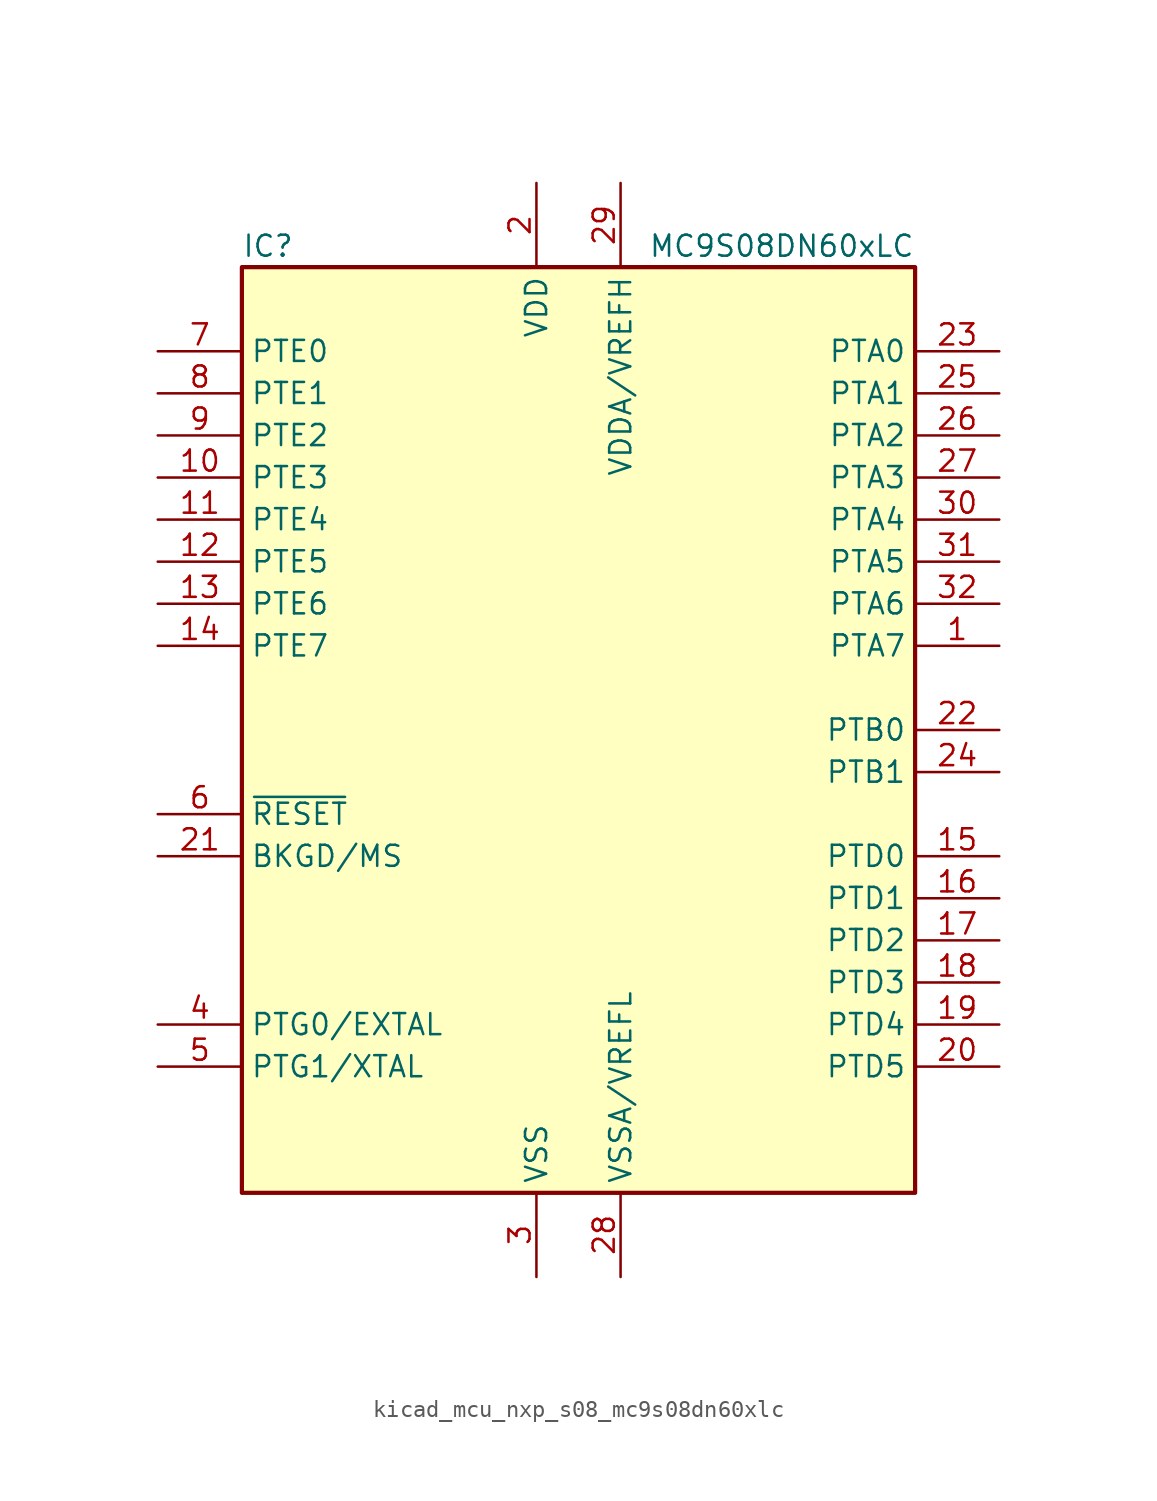
<source format=kicad_sym>
(kicad_symbol_lib
  (version 20220914)
  (generator kicad_symbol_editor)
  (symbol "kicad_mcu_nxp_s08_mc9s08dn60xlc"
    (property "Reference" "IC"
      (at -20.32 29.21 0)
      (effects (font (size 1.27 1.27)) (justify left)))
    (property "Value" "MC9S08DN60xLC"
      (at 20.32 29.21 0)
      (effects (font (size 1.27 1.27)) (justify right)))
    (symbol "kicad_mcu_nxp_s08_mc9s08dn60xlc_0_1"
      (rectangle (start -20.32 27.94) (end 20.32 -27.94) (stroke (width 0.254) (type default)) (fill (type background))))
    (symbol "kicad_mcu_nxp_s08_mc9s08dn60xlc_1_1"
      (pin bidirectional line (at 25.4 5.08 180) (length 5.08) (name "PTA7" (effects (font (size 1.27 1.27)))) (number "1" (effects (font (size 1.27 1.27)))))
      (pin bidirectional line (at -25.4 15.24 0) (length 5.08) (name "PTE3" (effects (font (size 1.27 1.27)))) (number "10" (effects (font (size 1.27 1.27)))))
      (pin bidirectional line (at -25.4 12.7 0) (length 5.08) (name "PTE4" (effects (font (size 1.27 1.27)))) (number "11" (effects (font (size 1.27 1.27)))))
      (pin bidirectional line (at -25.4 10.16 0) (length 5.08) (name "PTE5" (effects (font (size 1.27 1.27)))) (number "12" (effects (font (size 1.27 1.27)))))
      (pin bidirectional line (at -25.4 7.62 0) (length 5.08) (name "PTE6" (effects (font (size 1.27 1.27)))) (number "13" (effects (font (size 1.27 1.27)))))
      (pin bidirectional line (at -25.4 5.08 0) (length 5.08) (name "PTE7" (effects (font (size 1.27 1.27)))) (number "14" (effects (font (size 1.27 1.27)))))
      (pin bidirectional line (at 25.4 -7.62 180) (length 5.08) (name "PTD0" (effects (font (size 1.27 1.27)))) (number "15" (effects (font (size 1.27 1.27)))))
      (pin bidirectional line (at 25.4 -10.16 180) (length 5.08) (name "PTD1" (effects (font (size 1.27 1.27)))) (number "16" (effects (font (size 1.27 1.27)))))
      (pin bidirectional line (at 25.4 -12.7 180) (length 5.08) (name "PTD2" (effects (font (size 1.27 1.27)))) (number "17" (effects (font (size 1.27 1.27)))))
      (pin bidirectional line (at 25.4 -15.24 180) (length 5.08) (name "PTD3" (effects (font (size 1.27 1.27)))) (number "18" (effects (font (size 1.27 1.27)))))
      (pin bidirectional line (at 25.4 -17.78 180) (length 5.08) (name "PTD4" (effects (font (size 1.27 1.27)))) (number "19" (effects (font (size 1.27 1.27)))))
      (pin power_in line (at -2.54 33.02 270) (length 5.08) (name "VDD" (effects (font (size 1.27 1.27)))) (number "2" (effects (font (size 1.27 1.27)))))
      (pin bidirectional line (at 25.4 -20.32 180) (length 5.08) (name "PTD5" (effects (font (size 1.27 1.27)))) (number "20" (effects (font (size 1.27 1.27)))))
      (pin bidirectional line (at -25.4 -7.62 0) (length 5.08) (name "BKGD/MS" (effects (font (size 1.27 1.27)))) (number "21" (effects (font (size 1.27 1.27)))))
      (pin bidirectional line (at 25.4 0 180) (length 5.08) (name "PTB0" (effects (font (size 1.27 1.27)))) (number "22" (effects (font (size 1.27 1.27)))))
      (pin bidirectional line (at 25.4 22.86 180) (length 5.08) (name "PTA0" (effects (font (size 1.27 1.27)))) (number "23" (effects (font (size 1.27 1.27)))))
      (pin bidirectional line (at 25.4 -2.54 180) (length 5.08) (name "PTB1" (effects (font (size 1.27 1.27)))) (number "24" (effects (font (size 1.27 1.27)))))
      (pin bidirectional line (at 25.4 20.32 180) (length 5.08) (name "PTA1" (effects (font (size 1.27 1.27)))) (number "25" (effects (font (size 1.27 1.27)))))
      (pin bidirectional line (at 25.4 17.78 180) (length 5.08) (name "PTA2" (effects (font (size 1.27 1.27)))) (number "26" (effects (font (size 1.27 1.27)))))
      (pin bidirectional line (at 25.4 15.24 180) (length 5.08) (name "PTA3" (effects (font (size 1.27 1.27)))) (number "27" (effects (font (size 1.27 1.27)))))
      (pin power_in line (at 2.54 -33.02 90) (length 5.08) (name "VSSA/VREFL" (effects (font (size 1.27 1.27)))) (number "28" (effects (font (size 1.27 1.27)))))
      (pin power_in line (at 2.54 33.02 270) (length 5.08) (name "VDDA/VREFH" (effects (font (size 1.27 1.27)))) (number "29" (effects (font (size 1.27 1.27)))))
      (pin power_in line (at -2.54 -33.02 90) (length 5.08) (name "VSS" (effects (font (size 1.27 1.27)))) (number "3" (effects (font (size 1.27 1.27)))))
      (pin bidirectional line (at 25.4 12.7 180) (length 5.08) (name "PTA4" (effects (font (size 1.27 1.27)))) (number "30" (effects (font (size 1.27 1.27)))))
      (pin bidirectional line (at 25.4 10.16 180) (length 5.08) (name "PTA5" (effects (font (size 1.27 1.27)))) (number "31" (effects (font (size 1.27 1.27)))))
      (pin bidirectional line (at 25.4 7.62 180) (length 5.08) (name "PTA6" (effects (font (size 1.27 1.27)))) (number "32" (effects (font (size 1.27 1.27)))))
      (pin bidirectional line (at -25.4 -17.78 0) (length 5.08) (name "PTG0/EXTAL" (effects (font (size 1.27 1.27)))) (number "4" (effects (font (size 1.27 1.27)))))
      (pin bidirectional line (at -25.4 -20.32 0) (length 5.08) (name "PTG1/XTAL" (effects (font (size 1.27 1.27)))) (number "5" (effects (font (size 1.27 1.27)))))
      (pin input line (at -25.4 -5.08 0) (length 5.08) (name "~{RESET}" (effects (font (size 1.27 1.27)))) (number "6" (effects (font (size 1.27 1.27)))))
      (pin bidirectional line (at -25.4 22.86 0) (length 5.08) (name "PTE0" (effects (font (size 1.27 1.27)))) (number "7" (effects (font (size 1.27 1.27)))))
      (pin bidirectional line (at -25.4 20.32 0) (length 5.08) (name "PTE1" (effects (font (size 1.27 1.27)))) (number "8" (effects (font (size 1.27 1.27)))))
      (pin bidirectional line (at -25.4 17.78 0) (length 5.08) (name "PTE2" (effects (font (size 1.27 1.27)))) (number "9" (effects (font (size 1.27 1.27))))))))
</source>
